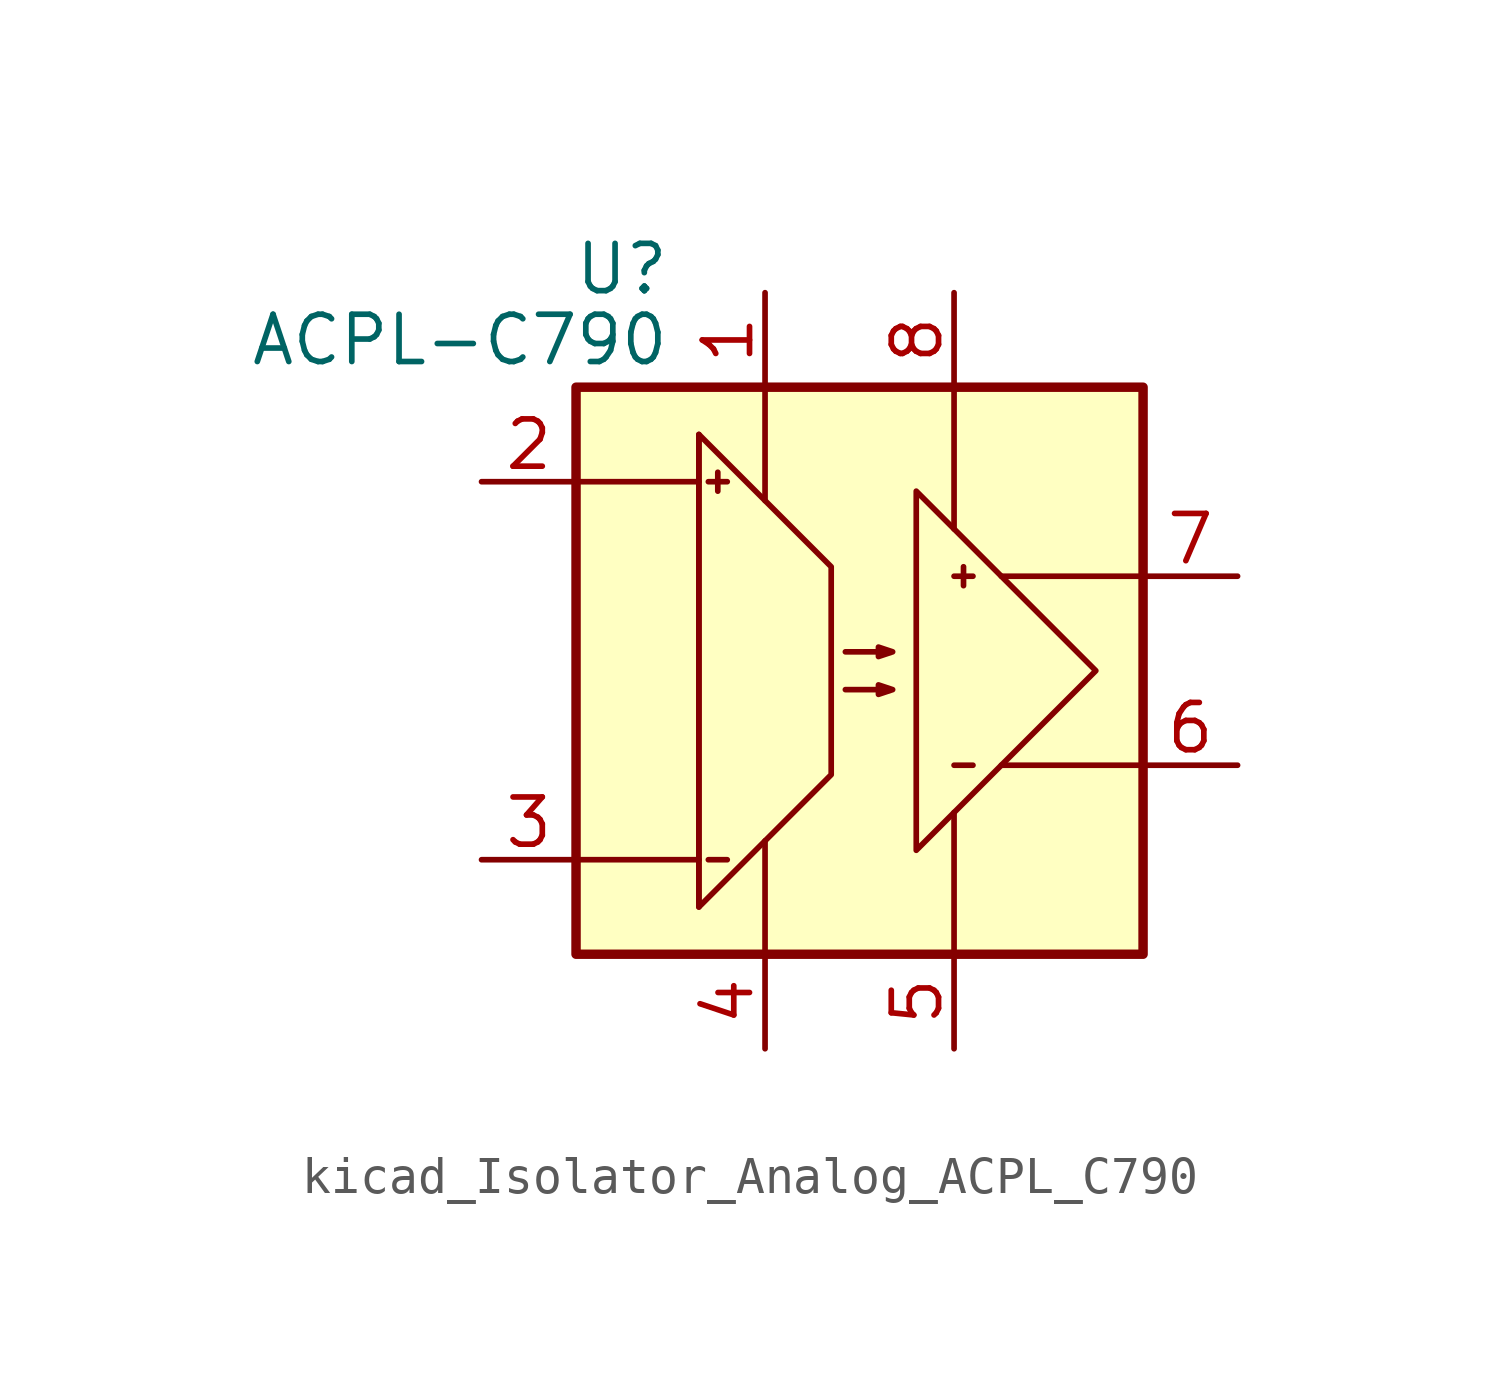
<source format=kicad_sym>
(kicad_symbol_lib
  (version 20220914)
  (generator kicad_symbol_editor)
  (symbol "kicad_Isolator_Analog_ACPL_C790"
    (pin_names
      (offset 0) hide)
    (property "Reference" "U"
      (at -5.08 10.795 0)
      (effects (font (size 1.27 1.27)) (justify right)))
    (property "Value" "ACPL-C790"
      (at -5.08 8.89 0)
      (effects (font (size 1.27 1.27)) (justify right)))
    (symbol "kicad_Isolator_Analog_ACPL_C790_0_1"
      (rectangle (start -7.62 7.62) (end 7.62 -7.62) (stroke (width 0.254) (type default)) (fill (type background)))
      (polyline (pts (xy -7.62 -5.08) (xy -4.318 -5.08)) (stroke (width 0) (type default)) (fill (type none)))
      (polyline (pts (xy -7.62 5.08) (xy -4.318 5.08)) (stroke (width 0) (type default)) (fill (type none)))
      (polyline (pts (xy -4.318 6.35) (xy -4.318 -6.35)) (stroke (width 0) (type default)) (fill (type none)))
      (polyline (pts (xy -4.064 -5.08) (xy -3.556 -5.08)) (stroke (width 0) (type default)) (fill (type none)))
      (polyline (pts (xy -4.064 5.08) (xy -3.556 5.08)) (stroke (width 0) (type default)) (fill (type none)))
      (polyline (pts (xy -3.81 5.334) (xy -3.81 4.826)) (stroke (width 0) (type default)) (fill (type none)))
      (polyline (pts (xy -2.54 -7.62) (xy -2.54 -4.572)) (stroke (width 0) (type default)) (fill (type none)))
      (polyline (pts (xy -2.54 7.62) (xy -2.54 4.572)) (stroke (width 0) (type default)) (fill (type none)))
      (polyline (pts (xy 2.54 -7.62) (xy 2.54 -3.81)) (stroke (width 0) (type default)) (fill (type none)))
      (polyline (pts (xy 2.54 7.62) (xy 2.54 3.81)) (stroke (width 0) (type default)) (fill (type none)))
      (polyline (pts (xy 2.794 2.794) (xy 2.794 2.286)) (stroke (width 0) (type default)) (fill (type none)))
      (polyline (pts (xy 3.048 -2.54) (xy 2.54 -2.54)) (stroke (width 0) (type default)) (fill (type none)))
      (polyline (pts (xy 3.048 2.54) (xy 2.54 2.54)) (stroke (width 0) (type default)) (fill (type none)))
      (polyline (pts (xy 7.62 -2.54) (xy 3.81 -2.54)) (stroke (width 0) (type default)) (fill (type none)))
      (polyline (pts (xy 7.62 2.54) (xy 3.81 2.54)) (stroke (width 0) (type default)) (fill (type none)))
      (polyline (pts (xy 6.35 0) (xy 1.524 -4.826) (xy 1.524 4.826) (xy 6.35 0)) (stroke (width 0) (type default)) (fill (type none)))
      (polyline (pts (xy -4.318 -6.35) (xy -0.762 -2.794) (xy -0.762 2.794) (xy -4.318 6.35) (xy -4.318 -6.35)) (stroke (width 0) (type default)) (fill (type none)))
      (polyline (pts (xy -0.381 -0.508) (xy 0.889 -0.508) (xy 0.508 -0.635) (xy 0.508 -0.381) (xy 0.889 -0.508)) (stroke (width 0) (type default)) (fill (type none)))
      (polyline (pts (xy -0.381 0.508) (xy 0.889 0.508) (xy 0.508 0.381) (xy 0.508 0.635) (xy 0.889 0.508)) (stroke (width 0) (type default)) (fill (type none))))
    (symbol "kicad_Isolator_Analog_ACPL_C790_1_1"
      (pin power_in line (at -2.54 10.16 270) (length 2.54) (name "VDD1" (effects (font (size 1.27 1.27)))) (number "1" (effects (font (size 1.27 1.27)))))
      (pin input line (at -10.16 5.08 0) (length 2.54) (name "IN+" (effects (font (size 1.27 1.27)))) (number "2" (effects (font (size 1.27 1.27)))))
      (pin input line (at -10.16 -5.08 0) (length 2.54) (name "IN-" (effects (font (size 1.27 1.27)))) (number "3" (effects (font (size 1.27 1.27)))))
      (pin power_in line (at -2.54 -10.16 90) (length 2.54) (name "GND1" (effects (font (size 1.27 1.27)))) (number "4" (effects (font (size 1.27 1.27)))))
      (pin power_in line (at 2.54 -10.16 90) (length 2.54) (name "GND2" (effects (font (size 1.27 1.27)))) (number "5" (effects (font (size 1.27 1.27)))))
      (pin output line (at 10.16 -2.54 180) (length 2.54) (name "OUT-" (effects (font (size 1.27 1.27)))) (number "6" (effects (font (size 1.27 1.27)))))
      (pin output line (at 10.16 2.54 180) (length 2.54) (name "OUT+" (effects (font (size 1.27 1.27)))) (number "7" (effects (font (size 1.27 1.27)))))
      (pin power_in line (at 2.54 10.16 270) (length 2.54) (name "VDD2" (effects (font (size 1.27 1.27)))) (number "8" (effects (font (size 1.27 1.27))))))))
</source>
